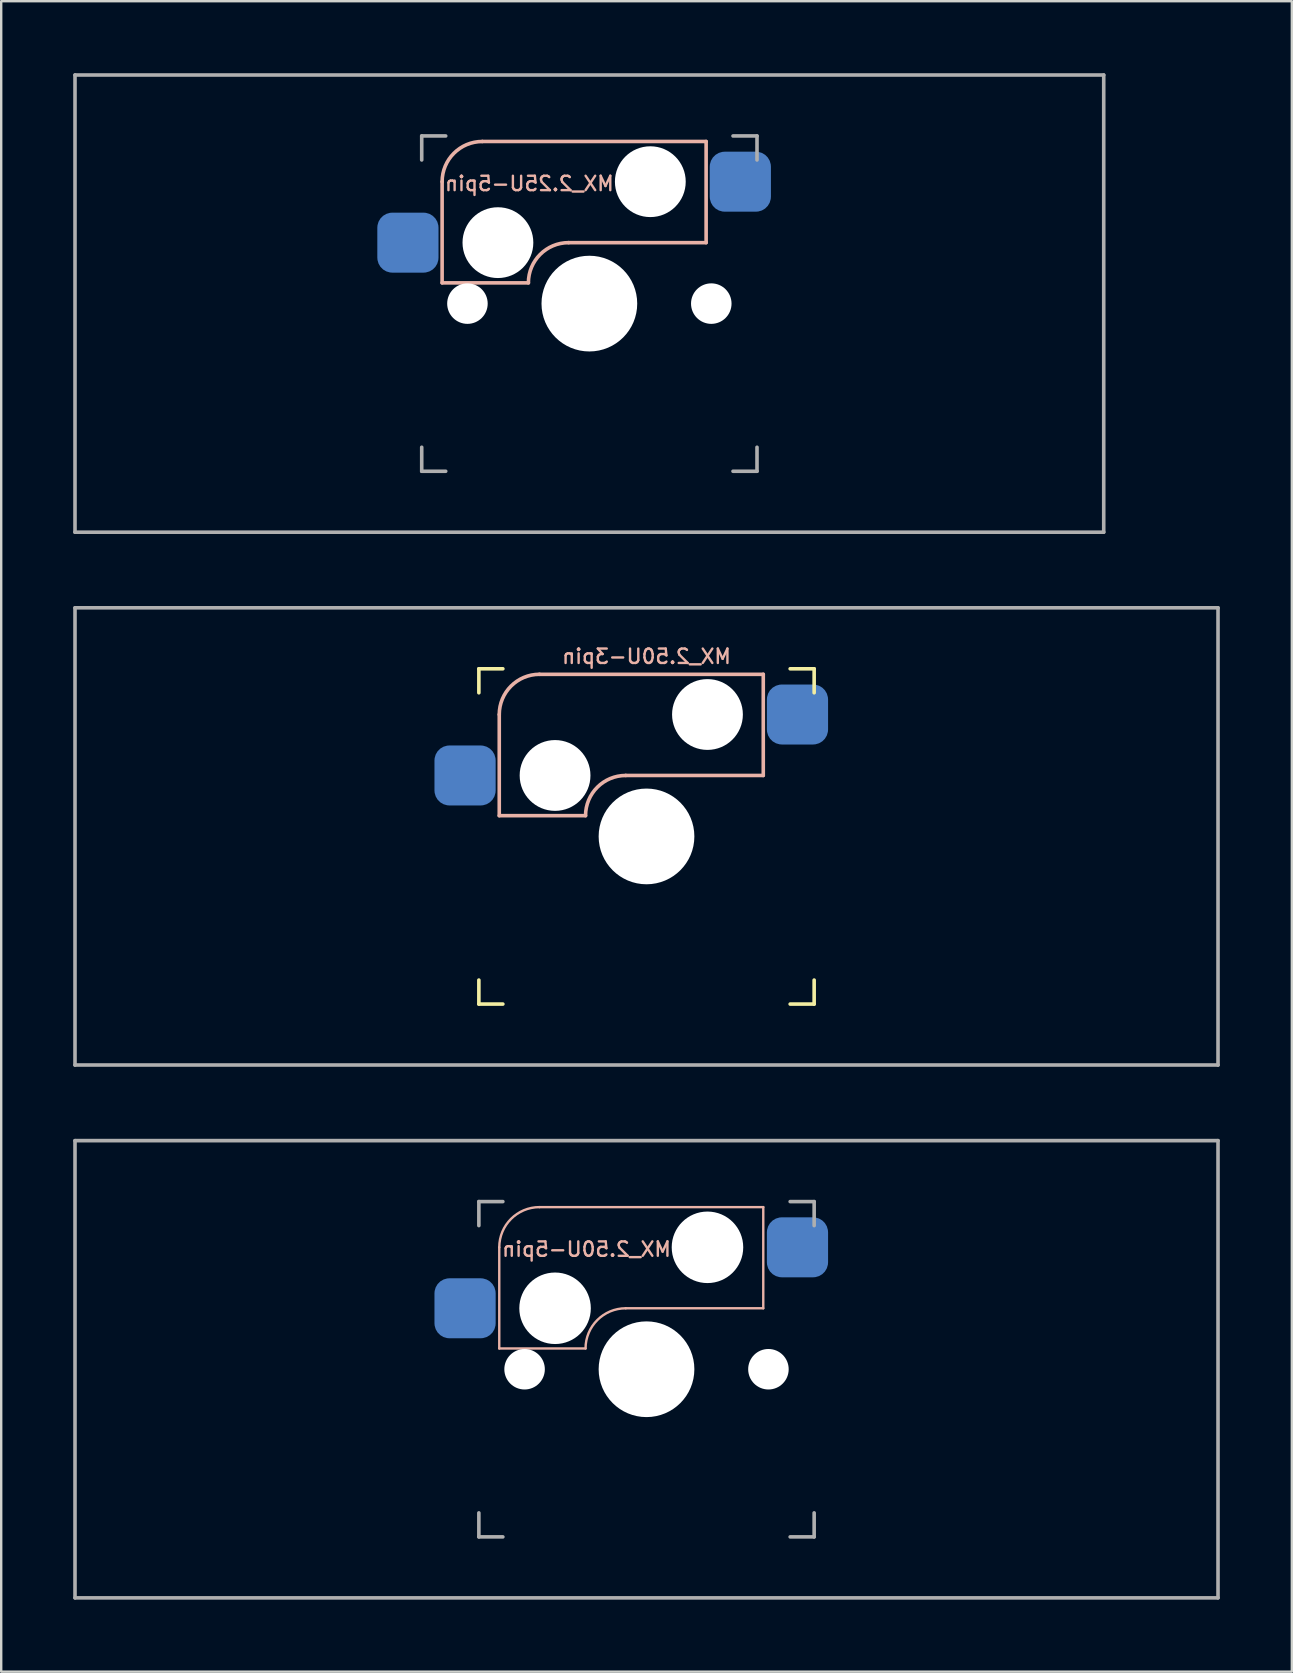
<source format=kicad_pcb>
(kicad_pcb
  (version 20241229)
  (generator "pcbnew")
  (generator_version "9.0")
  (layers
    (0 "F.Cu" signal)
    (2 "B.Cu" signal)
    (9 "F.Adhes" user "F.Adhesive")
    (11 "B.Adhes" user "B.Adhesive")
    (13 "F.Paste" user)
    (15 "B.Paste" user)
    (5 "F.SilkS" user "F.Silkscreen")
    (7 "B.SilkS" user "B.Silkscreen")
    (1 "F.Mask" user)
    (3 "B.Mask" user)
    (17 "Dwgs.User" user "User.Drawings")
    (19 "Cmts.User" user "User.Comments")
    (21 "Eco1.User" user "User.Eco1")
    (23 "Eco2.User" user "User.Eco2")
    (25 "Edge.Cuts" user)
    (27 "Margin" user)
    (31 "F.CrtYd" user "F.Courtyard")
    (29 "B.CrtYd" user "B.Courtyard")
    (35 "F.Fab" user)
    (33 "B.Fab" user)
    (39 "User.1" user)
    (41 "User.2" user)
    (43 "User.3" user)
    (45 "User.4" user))
  (footprint "MX_2.50U-5pin"
    (layer "F.Cu")
    (at 23.887 54)
    (property "Reference" "MX_2.50U-5pin" (at -2.5 -5 0) (layer "B.SilkS") (effects (font (size 0.6 0.6) (thickness 0.1)) (justify mirror)))
    (attr smd)
    (fp_line (start -6.135 -5.08) (end -6.135 -0.865) (stroke (width 0.1) (type solid)) (layer "B.SilkS"))
    (fp_line (start -6.135 -0.865) (end -2.54 -0.865) (stroke (width 0.1) (type solid)) (layer "B.SilkS"))
    (fp_line (start -4.46 -6.755) (end 4.865 -6.755) (stroke (width 0.1) (type solid)) (layer "B.SilkS"))
    (fp_line (start -0.865 -2.54) (end 4.865 -2.54) (stroke (width 0.1) (type solid)) (layer "B.SilkS"))
    (fp_line (start 4.865 -6.755) (end 4.865 -2.54) (stroke (width 0.1) (type solid)) (layer "B.SilkS"))
    (fp_arc (start -6.135 -5.08) (mid -5.644404 -6.264404) (end -4.46 -6.755) (stroke (width 0.1) (type solid)) (layer "B.SilkS"))
    (fp_arc (start -2.54 -0.865) (mid -2.049404 -2.049404) (end -0.865 -2.54) (stroke (width 0.1) (type solid)) (layer "B.SilkS"))
    (fp_line (start -6.985 6.985) (end -6.985 -6.985) (stroke (width 0.15) (type solid)) (layer "Eco2.User"))
    (fp_line (start -6.985 6.985) (end 6.985 6.985) (stroke (width 0.15) (type solid)) (layer "Eco2.User"))
    (fp_line (start 6.985 -6.985) (end -6.985 -6.985) (stroke (width 0.15) (type solid)) (layer "Eco2.User"))
    (fp_line (start 6.985 -6.985) (end 6.985 6.985) (stroke (width 0.15) (type solid)) (layer "Eco2.User"))
    (fp_line (start -23.812 -9.525) (end 23.812 -9.525) (stroke (width 0.15) (type solid)) (layer "F.Fab"))
    (fp_line (start -23.812 9.525) (end -23.812 -9.525) (stroke (width 0.15) (type solid)) (layer "F.Fab"))
    (fp_line (start -6.985 -5.985) (end -6.985 -6.985) (stroke (width 0.15) (type solid)) (layer "F.Fab"))
    (fp_line (start -6.985 6.985) (end -6.985 5.985) (stroke (width 0.15) (type solid)) (layer "F.Fab"))
    (fp_line (start -6.985 6.985) (end -5.985 6.985) (stroke (width 0.15) (type solid)) (layer "F.Fab"))
    (fp_line (start -5.985 -6.985) (end -6.985 -6.985) (stroke (width 0.15) (type solid)) (layer "F.Fab"))
    (fp_line (start 5.985 6.985) (end 6.985 6.985) (stroke (width 0.15) (type solid)) (layer "F.Fab"))
    (fp_line (start 6.985 -6.985) (end 5.985 -6.985) (stroke (width 0.15) (type solid)) (layer "F.Fab"))
    (fp_line (start 6.985 -6.985) (end 6.985 -5.985) (stroke (width 0.15) (type solid)) (layer "F.Fab"))
    (fp_line (start 6.985 5.985) (end 6.985 6.985) (stroke (width 0.15) (type solid)) (layer "F.Fab"))
    (fp_line (start 23.812 -9.525) (end 23.812 9.525) (stroke (width 0.15) (type solid)) (layer "F.Fab"))
    (fp_line (start 23.812 9.525) (end -23.812 9.525) (stroke (width 0.15) (type solid)) (layer "F.Fab"))
    (pad "" np_thru_hole circle (at -5.08 0) (size 1.688 1.688) (drill 1.688) (layers "*.Cu" "*.Mask"))
    (pad "" np_thru_hole circle (at -3.81 -2.54) (size 2.98 2.98) (drill 2.98) (layers "*.Cu" "*.Mask"))
    (pad "" np_thru_hole circle (at 0 0) (size 3.988 3.988) (drill 3.988) (layers "*.Cu" "*.Mask"))
    (pad "" np_thru_hole circle (at 2.54 -5.08) (size 2.98 2.98) (drill 2.98) (layers "*.Cu" "*.Mask"))
    (pad "" np_thru_hole circle (at 5.08 0) (size 1.688 1.688) (drill 1.688) (layers "*.Cu" "*.Mask"))
    (pad "1" smd roundrect (at 6.29 -5.08) (size 2.55 2.5) (layers "B.Cu" "B.Mask" "B.Paste") (roundrect_rratio 0.25))
    (pad "2" smd roundrect (at -7.56 -2.54) (size 2.55 2.5) (layers "B.Cu" "B.Mask" "B.Paste") (roundrect_rratio 0.25)))
  (footprint "MX_2.50U-3pin"
    (layer "F.Cu")
    (at 23.887 31.8)
    (property "Reference" "MX_2.50U-3pin" (at 0 -7.5 0) (layer "B.SilkS") (effects (font (size 0.6 0.6) (thickness 0.1)) (justify mirror)))
    (attr smd)
    (fp_line (start -6.985 -5.985) (end -6.985 -6.985) (stroke (width 0.15) (type solid)) (layer "F.SilkS"))
    (fp_line (start -6.985 6.985) (end -6.985 5.985) (stroke (width 0.15) (type solid)) (layer "F.SilkS"))
    (fp_line (start -6.985 6.985) (end -5.985 6.985) (stroke (width 0.15) (type solid)) (layer "F.SilkS"))
    (fp_line (start -5.985 -6.985) (end -6.985 -6.985) (stroke (width 0.15) (type solid)) (layer "F.SilkS"))
    (fp_line (start 5.985 6.985) (end 6.985 6.985) (stroke (width 0.15) (type solid)) (layer "F.SilkS"))
    (fp_line (start 6.985 -6.985) (end 5.985 -6.985) (stroke (width 0.15) (type solid)) (layer "F.SilkS"))
    (fp_line (start 6.985 -6.985) (end 6.985 -5.985) (stroke (width 0.15) (type solid)) (layer "F.SilkS"))
    (fp_line (start 6.985 5.985) (end 6.985 6.985) (stroke (width 0.15) (type solid)) (layer "F.SilkS"))
    (fp_line (start -6.135 -5.08) (end -6.135 -0.865) (stroke (width 0.15) (type solid)) (layer "B.SilkS"))
    (fp_line (start -6.135 -0.865) (end -2.54 -0.865) (stroke (width 0.15) (type solid)) (layer "B.SilkS"))
    (fp_line (start -4.46 -6.755) (end 4.865 -6.755) (stroke (width 0.15) (type solid)) (layer "B.SilkS"))
    (fp_line (start -0.865 -2.54) (end 4.865 -2.54) (stroke (width 0.15) (type solid)) (layer "B.SilkS"))
    (fp_line (start 4.865 -6.755) (end 4.865 -2.54) (stroke (width 0.15) (type solid)) (layer "B.SilkS"))
    (fp_arc (start -6.135 -5.08) (mid -5.644404 -6.264404) (end -4.46 -6.755) (stroke (width 0.15) (type solid)) (layer "B.SilkS"))
    (fp_arc (start -2.54 -0.865) (mid -2.049404 -2.049404) (end -0.865 -2.54) (stroke (width 0.15) (type solid)) (layer "B.SilkS"))
    (fp_line (start -6.985 6.985) (end -6.985 -6.985) (stroke (width 0.15) (type solid)) (layer "Eco2.User"))
    (fp_line (start -6.985 6.985) (end 6.985 6.985) (stroke (width 0.15) (type solid)) (layer "Eco2.User"))
    (fp_line (start 6.985 -6.985) (end -6.985 -6.985) (stroke (width 0.15) (type solid)) (layer "Eco2.User"))
    (fp_line (start 6.985 -6.985) (end 6.985 6.985) (stroke (width 0.15) (type solid)) (layer "Eco2.User"))
    (fp_line (start -23.812 -9.525) (end 23.812 -9.525) (stroke (width 0.15) (type solid)) (layer "F.Fab"))
    (fp_line (start -23.812 9.525) (end -23.812 -9.525) (stroke (width 0.15) (type solid)) (layer "F.Fab"))
    (fp_line (start 23.812 -9.525) (end 23.812 9.525) (stroke (width 0.15) (type solid)) (layer "F.Fab"))
    (fp_line (start 23.812 9.525) (end -23.812 9.525) (stroke (width 0.15) (type solid)) (layer "F.Fab"))
    (pad "" np_thru_hole circle (at -3.81 -2.54) (size 2.95 2.95) (drill 2.95) (layers "*.Cu" "*.Mask"))
    (pad "" np_thru_hole circle (at 0 0) (size 3.988 3.988) (drill 3.988) (layers "*.Cu" "*.Mask"))
    (pad "" np_thru_hole circle (at 2.54 -5.08) (size 2.95 2.95) (drill 2.95) (layers "*.Cu" "*.Mask"))
    (pad "1" smd roundrect (at 6.29 -5.08) (size 2.55 2.5) (layers "B.Cu" "B.Mask" "B.Paste") (roundrect_rratio 0.25))
    (pad "2" smd roundrect (at -7.56 -2.54) (size 2.55 2.5) (layers "B.Cu" "B.Mask" "B.Paste") (roundrect_rratio 0.25)))
  (footprint "MX_2.25U-5pin"
    (layer "F.Cu")
    (at 21.506 9.6)
    (property "Reference" "MX_2.25U-5pin" (at -2.5 -5 0) (layer "B.SilkS") (effects (font (size 0.6 0.6) (thickness 0.1)) (justify mirror)))
    (attr smd)
    (fp_line (start -6.135 -5.08) (end -6.135 -0.865) (stroke (width 0.15) (type solid)) (layer "B.SilkS"))
    (fp_line (start -6.135 -0.865) (end -2.54 -0.865) (stroke (width 0.15) (type solid)) (layer "B.SilkS"))
    (fp_line (start -4.46 -6.755) (end 4.865 -6.755) (stroke (width 0.15) (type solid)) (layer "B.SilkS"))
    (fp_line (start -0.865 -2.54) (end 4.865 -2.54) (stroke (width 0.15) (type solid)) (layer "B.SilkS"))
    (fp_line (start 4.865 -6.755) (end 4.865 -2.54) (stroke (width 0.15) (type solid)) (layer "B.SilkS"))
    (fp_arc (start -6.135 -5.08) (mid -5.644404 -6.264404) (end -4.46 -6.755) (stroke (width 0.15) (type solid)) (layer "B.SilkS"))
    (fp_arc (start -2.54 -0.865) (mid -2.049404 -2.049404) (end -0.865 -2.54) (stroke (width 0.15) (type solid)) (layer "B.SilkS"))
    (fp_line (start -6.985 6.985) (end -6.985 -6.985) (stroke (width 0.15) (type solid)) (layer "Eco2.User"))
    (fp_line (start -6.985 6.985) (end 6.985 6.985) (stroke (width 0.15) (type solid)) (layer "Eco2.User"))
    (fp_line (start 6.985 -6.985) (end -6.985 -6.985) (stroke (width 0.15) (type solid)) (layer "Eco2.User"))
    (fp_line (start 6.985 -6.985) (end 6.985 6.985) (stroke (width 0.15) (type solid)) (layer "Eco2.User"))
    (fp_line (start -21.431 -9.525) (end 21.431 -9.525) (stroke (width 0.15) (type solid)) (layer "F.Fab"))
    (fp_line (start -21.431 9.525) (end -21.431 -9.525) (stroke (width 0.15) (type solid)) (layer "F.Fab"))
    (fp_line (start -6.985 -5.985) (end -6.985 -6.985) (stroke (width 0.15) (type solid)) (layer "F.Fab"))
    (fp_line (start -6.985 6.985) (end -6.985 5.985) (stroke (width 0.15) (type solid)) (layer "F.Fab"))
    (fp_line (start -6.985 6.985) (end -5.985 6.985) (stroke (width 0.15) (type solid)) (layer "F.Fab"))
    (fp_line (start -5.985 -6.985) (end -6.985 -6.985) (stroke (width 0.15) (type solid)) (layer "F.Fab"))
    (fp_line (start 5.985 6.985) (end 6.985 6.985) (stroke (width 0.15) (type solid)) (layer "F.Fab"))
    (fp_line (start 6.985 -6.985) (end 5.985 -6.985) (stroke (width 0.15) (type solid)) (layer "F.Fab"))
    (fp_line (start 6.985 -6.985) (end 6.985 -5.985) (stroke (width 0.15) (type solid)) (layer "F.Fab"))
    (fp_line (start 6.985 5.985) (end 6.985 6.985) (stroke (width 0.15) (type solid)) (layer "F.Fab"))
    (fp_line (start 21.431 -9.525) (end 21.431 9.525) (stroke (width 0.15) (type solid)) (layer "F.Fab"))
    (fp_line (start 21.431 9.525) (end -21.431 9.525) (stroke (width 0.15) (type solid)) (layer "F.Fab"))
    (pad "" np_thru_hole circle (at -5.08 0) (size 1.688 1.688) (drill 1.688) (layers "*.Cu" "*.Mask"))
    (pad "" np_thru_hole circle (at -3.81 -2.54) (size 2.95 2.95) (drill 2.95) (layers "*.Cu" "*.Mask"))
    (pad "" np_thru_hole circle (at 0 0) (size 3.988 3.988) (drill 3.988) (layers "*.Cu" "*.Mask"))
    (pad "" np_thru_hole circle (at 2.54 -5.08) (size 2.95 2.95) (drill 2.95) (layers "*.Cu" "*.Mask"))
    (pad "" np_thru_hole circle (at 5.08 0) (size 1.688 1.688) (drill 1.688) (layers "*.Cu" "*.Mask"))
    (pad "1" smd roundrect (at 6.29 -5.08) (size 2.55 2.5) (layers "B.Cu" "B.Mask" "B.Paste") (roundrect_rratio 0.25))
    (pad "2" smd roundrect (at -7.56 -2.54) (size 2.55 2.5) (layers "B.Cu" "B.Mask" "B.Paste") (roundrect_rratio 0.25)))
  (gr_rect
    (start -3 -3)
    (end 50.775 66.6)
    (stroke (width 0.1) (type default))
    (fill no)
    (layer "Edge.Cuts")))
</source>
